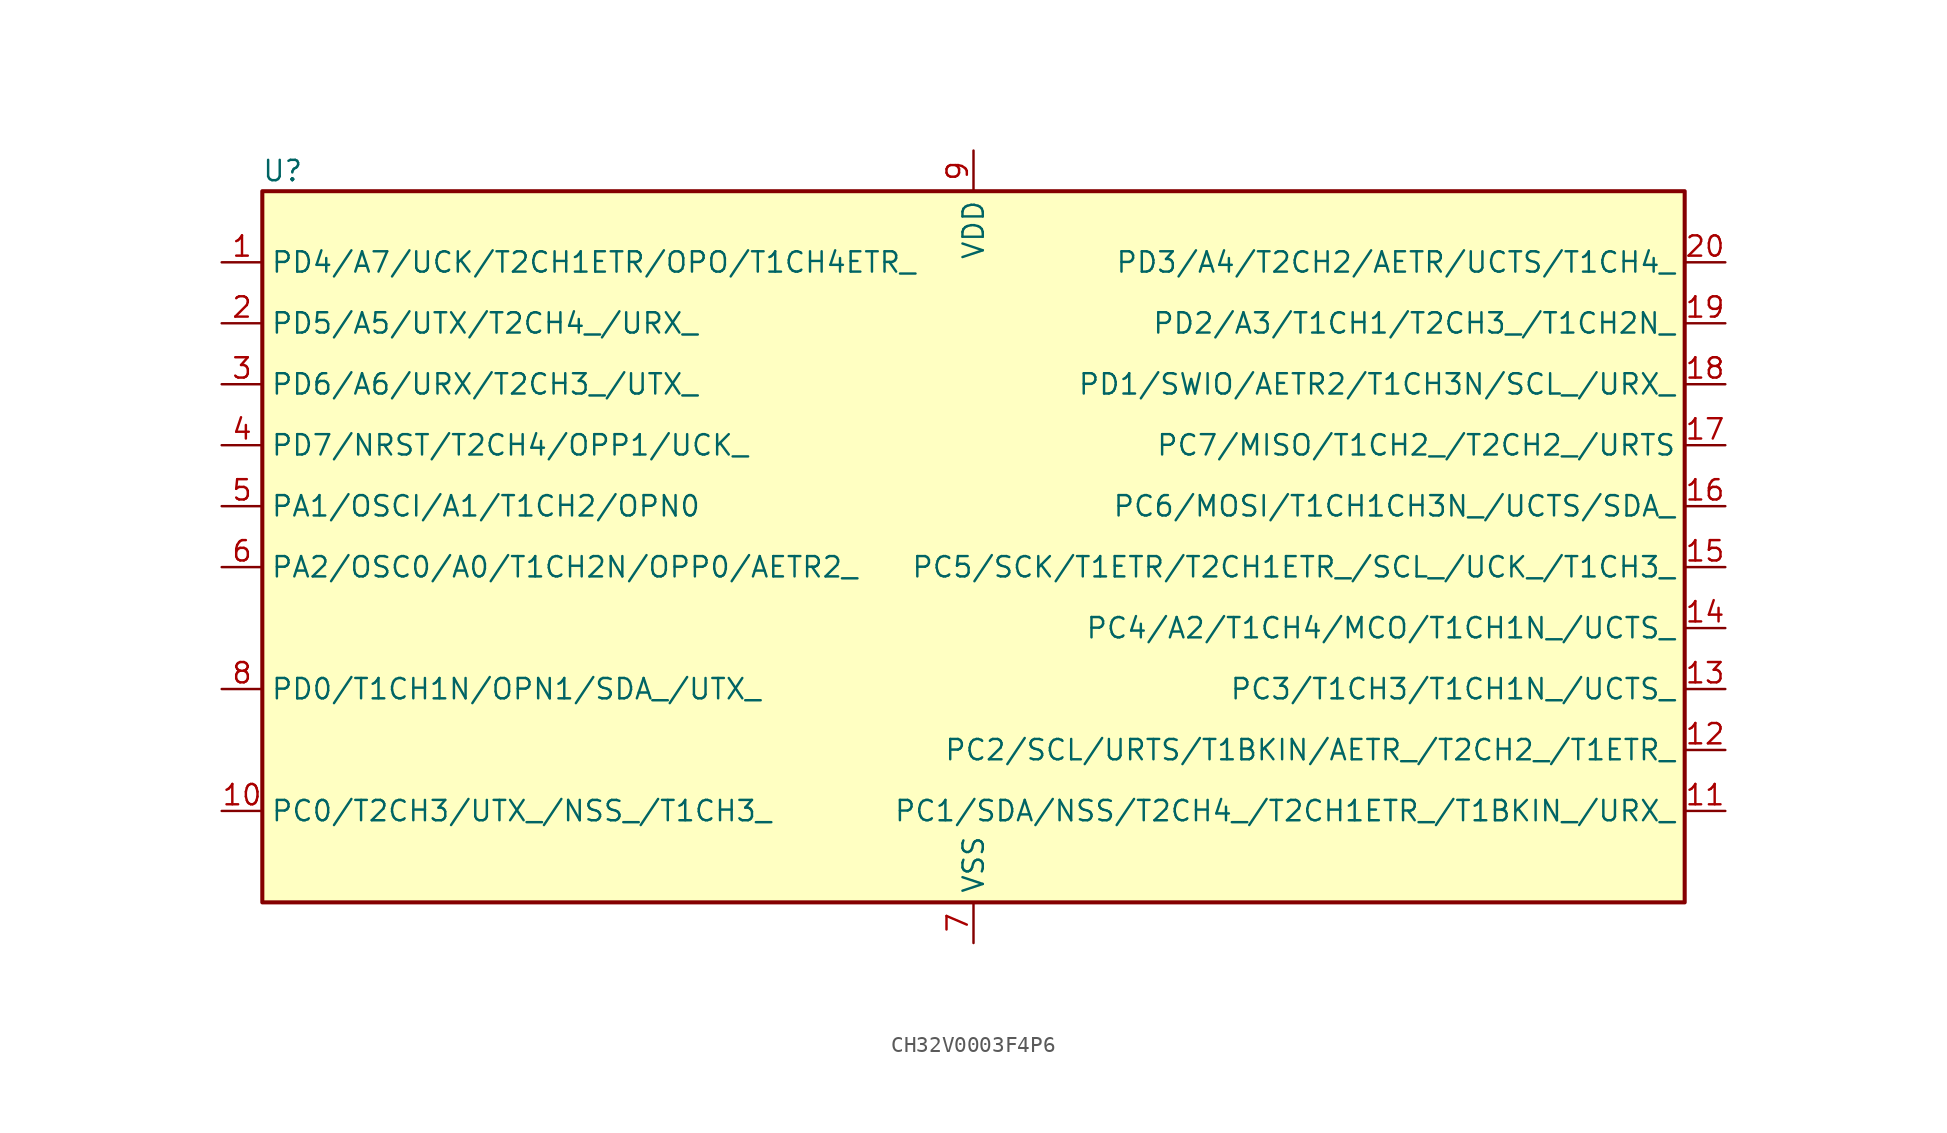
<source format=kicad_sym>
(kicad_symbol_lib
  (version 20220914)
  (generator kicad_symbol_editor)
  (symbol "CH32V0003F4P6"
    (property "Reference" "U"
      (at -43.18 23.495 0)
      (effects (font (size 1.27 1.27))))
    (symbol "CH32V0003F4P6_1_1"
      (rectangle (start -44.45 22.225) (end 44.45 -22.225) (stroke (width 0.254) (type default)) (fill (type background)))
      (pin bidirectional line (at -46.99 17.78 0) (length 2.54) (name "PD4/A7/UCK/T2CH1ETR/OPO/T1CH4ETR_" (effects (font (size 1.27 1.27)))) (number "1" (effects (font (size 1.27 1.27)))))
      (pin bidirectional line (at -46.99 -16.51 0) (length 2.54) (name "PC0/T2CH3/UTX_/NSS_/T1CH3_" (effects (font (size 1.27 1.27)))) (number "10" (effects (font (size 1.27 1.27)))))
      (pin bidirectional line (at 46.99 -16.51 180) (length 2.54) (name "PC1/SDA/NSS/T2CH4_/T2CH1ETR_/T1BKIN_/URX_" (effects (font (size 1.27 1.27)))) (number "11" (effects (font (size 1.27 1.27)))))
      (pin bidirectional line (at 46.99 -12.7 180) (length 2.54) (name "PC2/SCL/URTS/T1BKIN/AETR_/T2CH2_/T1ETR_" (effects (font (size 1.27 1.27)))) (number "12" (effects (font (size 1.27 1.27)))))
      (pin bidirectional line (at 46.99 -8.89 180) (length 2.54) (name "PC3/T1CH3/T1CH1N_/UCTS_" (effects (font (size 1.27 1.27)))) (number "13" (effects (font (size 1.27 1.27)))))
      (pin bidirectional line (at 46.99 -5.08 180) (length 2.54) (name "PC4/A2/T1CH4/MCO/T1CH1N_/UCTS_" (effects (font (size 1.27 1.27)))) (number "14" (effects (font (size 1.27 1.27)))))
      (pin bidirectional line (at 46.99 -1.27 180) (length 2.54) (name "PC5/SCK/T1ETR/T2CH1ETR_/SCL_/UCK_/T1CH3_" (effects (font (size 1.27 1.27)))) (number "15" (effects (font (size 1.27 1.27)))))
      (pin bidirectional line (at 46.99 2.54 180) (length 2.54) (name "PC6/MOSI/T1CH1CH3N_/UCTS/SDA_" (effects (font (size 1.27 1.27)))) (number "16" (effects (font (size 1.27 1.27)))))
      (pin bidirectional line (at 46.99 6.35 180) (length 2.54) (name "PC7/MISO/T1CH2_/T2CH2_/URTS" (effects (font (size 1.27 1.27)))) (number "17" (effects (font (size 1.27 1.27)))))
      (pin bidirectional line (at 46.99 10.16 180) (length 2.54) (name "PD1/SWIO/AETR2/T1CH3N/SCL_/URX_" (effects (font (size 1.27 1.27)))) (number "18" (effects (font (size 1.27 1.27)))))
      (pin bidirectional line (at 46.99 13.97 180) (length 2.54) (name "PD2/A3/T1CH1/T2CH3_/T1CH2N_" (effects (font (size 1.27 1.27)))) (number "19" (effects (font (size 1.27 1.27)))))
      (pin bidirectional line (at -46.99 13.97 0) (length 2.54) (name "PD5/A5/UTX/T2CH4_/URX_" (effects (font (size 1.27 1.27)))) (number "2" (effects (font (size 1.27 1.27)))))
      (pin bidirectional line (at 46.99 17.78 180) (length 2.54) (name "PD3/A4/T2CH2/AETR/UCTS/T1CH4_" (effects (font (size 1.27 1.27)))) (number "20" (effects (font (size 1.27 1.27)))))
      (pin bidirectional line (at -46.99 10.16 0) (length 2.54) (name "PD6/A6/URX/T2CH3_/UTX_" (effects (font (size 1.27 1.27)))) (number "3" (effects (font (size 1.27 1.27)))))
      (pin bidirectional line (at -46.99 6.35 0) (length 2.54) (name "PD7/NRST/T2CH4/OPP1/UCK_" (effects (font (size 1.27 1.27)))) (number "4" (effects (font (size 1.27 1.27)))))
      (pin bidirectional line (at -46.99 2.54 0) (length 2.54) (name "PA1/OSCI/A1/T1CH2/OPN0" (effects (font (size 1.27 1.27)))) (number "5" (effects (font (size 1.27 1.27)))))
      (pin bidirectional line (at -46.99 -1.27 0) (length 2.54) (name "PA2/OSC0/A0/T1CH2N/OPP0/AETR2_" (effects (font (size 1.27 1.27)))) (number "6" (effects (font (size 1.27 1.27)))))
      (pin power_in line (at 0 -24.765 90) (length 2.54) (name "VSS" (effects (font (size 1.27 1.27)))) (number "7" (effects (font (size 1.27 1.27)))))
      (pin bidirectional line (at -46.99 -8.89 0) (length 2.54) (name "PD0/T1CH1N/OPN1/SDA_/UTX_" (effects (font (size 1.27 1.27)))) (number "8" (effects (font (size 1.27 1.27)))))
      (pin power_in line (at 0 24.765 270) (length 2.54) (name "VDD" (effects (font (size 1.27 1.27)))) (number "9" (effects (font (size 1.27 1.27))))))))
</source>
